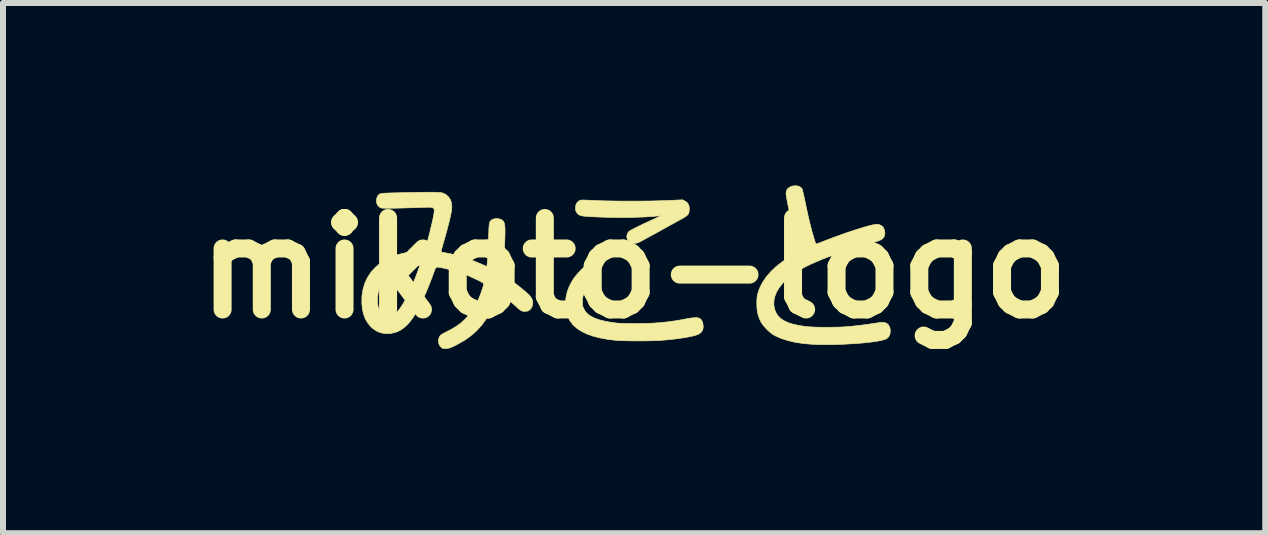
<source format=kicad_pcb>
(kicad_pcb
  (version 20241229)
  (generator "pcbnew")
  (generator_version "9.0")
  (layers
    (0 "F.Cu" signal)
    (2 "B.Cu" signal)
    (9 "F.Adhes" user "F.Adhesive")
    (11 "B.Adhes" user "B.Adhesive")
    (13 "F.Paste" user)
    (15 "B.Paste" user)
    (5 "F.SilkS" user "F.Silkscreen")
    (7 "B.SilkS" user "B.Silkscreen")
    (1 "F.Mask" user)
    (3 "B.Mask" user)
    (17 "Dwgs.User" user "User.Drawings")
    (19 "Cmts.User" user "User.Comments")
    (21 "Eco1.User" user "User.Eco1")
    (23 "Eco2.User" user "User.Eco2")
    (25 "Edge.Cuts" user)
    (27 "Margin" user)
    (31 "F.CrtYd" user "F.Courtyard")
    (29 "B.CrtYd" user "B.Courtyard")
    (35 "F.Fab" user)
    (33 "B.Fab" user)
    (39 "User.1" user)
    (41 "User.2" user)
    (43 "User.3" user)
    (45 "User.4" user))
  (footprint "mikoto-logo"
    (layer "F.Cu")
    (at 7.518 1.418)
    (property "Reference" "mikoto-logo" (at 0 0 0) (layer "F.SilkS") (effects (font (size 1.524 1.524) (thickness 0.3))))
    (attr through_hole)
    (fp_poly (pts (xy 0.847 -1.118) (xy 0.882 -1.095) (xy 0.905 -1.063) (xy 0.918 -1.023) (xy 0.92 -0.984) (xy 0.918 -0.946) (xy 0.911 -0.915) (xy 0.895 -0.89) (xy 0.869 -0.866) (xy 0.832 -0.842) (xy 0.81 -0.829) (xy 0.786 -0.816) (xy 0.751 -0.797) (xy 0.706 -0.772) (xy 0.652 -0.742) (xy 0.592 -0.71) (xy 0.528 -0.674) (xy 0.462 -0.638) (xy 0.433 -0.621) (xy 0.368 -0.585) (xy 0.305 -0.551) (xy 0.248 -0.52) (xy 0.197 -0.492) (xy 0.154 -0.468) (xy 0.12 -0.45) (xy 0.098 -0.438) (xy 0.091 -0.434) (xy 0.046 -0.417) (xy 0.002 -0.409) (xy -0.037 -0.411) (xy -0.044 -0.413) (xy -0.078 -0.431) (xy -0.103 -0.459) (xy -0.117 -0.493) (xy -0.122 -0.531) (xy -0.114 -0.568) (xy -0.095 -0.602) (xy -0.089 -0.607) (xy -0.074 -0.619) (xy -0.046 -0.635) (xy -0.006 -0.657) (xy 0.044 -0.682) (xy 0.103 -0.711) (xy 0.169 -0.743) (xy 0.241 -0.776) (xy 0.317 -0.811) (xy 0.331 -0.817) (xy 0.37 -0.835) (xy 0.402 -0.85) (xy 0.426 -0.862) (xy 0.44 -0.869) (xy 0.442 -0.87) (xy 0.433 -0.871) (xy 0.413 -0.87) (xy 0.383 -0.868) (xy 0.357 -0.865) (xy 0.176 -0.852) (xy -0.019 -0.845) (xy -0.227 -0.842) (xy -0.449 -0.846) (xy -0.556 -0.85) (xy -0.641 -0.853) (xy -0.712 -0.856) (xy -0.77 -0.86) (xy -0.817 -0.864) (xy -0.854 -0.868) (xy -0.883 -0.874) (xy -0.906 -0.882) (xy -0.923 -0.891) (xy -0.937 -0.902) (xy -0.949 -0.915) (xy -0.958 -0.929) (xy -0.97 -0.95) (xy -0.975 -0.975) (xy -0.976 -1.004) (xy -0.971 -1.05) (xy -0.954 -1.087) (xy -0.925 -1.115) (xy -0.914 -1.122) (xy -0.906 -1.127) (xy -0.897 -1.13) (xy -0.886 -1.132) (xy -0.871 -1.134) (xy -0.85 -1.134) (xy -0.821 -1.134) (xy -0.782 -1.132) (xy -0.731 -1.13) (xy -0.666 -1.127) (xy -0.656 -1.126) (xy -0.565 -1.123) (xy -0.461 -1.12) (xy -0.346 -1.118) (xy -0.225 -1.116) (xy -0.099 -1.116) (xy 0.029 -1.116) (xy 0.155 -1.117) (xy 0.277 -1.118) (xy 0.392 -1.121) (xy 0.498 -1.124) (xy 0.557 -1.126) (xy 0.808 -1.138) (xy 0.847 -1.118)) (stroke (width 0.01) (type solid)) (fill yes) (layer "F.SilkS"))
    (fp_poly (pts (xy -0.695 -0.045) (xy -0.668 -0.037) (xy -0.638 -0.014) (xy -0.614 0.016) (xy -0.6 0.048) (xy -0.599 0.051) (xy -0.597 0.076) (xy -0.602 0.1) (xy -0.614 0.127) (xy -0.636 0.157) (xy -0.668 0.195) (xy -0.69 0.219) (xy -0.736 0.27) (xy -0.773 0.317) (xy -0.802 0.361) (xy -0.827 0.408) (xy -0.84 0.438) (xy -0.851 0.467) (xy -0.857 0.494) (xy -0.86 0.526) (xy -0.861 0.56) (xy -0.861 0.596) (xy -0.858 0.622) (xy -0.853 0.644) (xy -0.843 0.668) (xy -0.833 0.687) (xy -0.805 0.732) (xy -0.766 0.771) (xy -0.717 0.805) (xy -0.656 0.835) (xy -0.582 0.861) (xy -0.495 0.883) (xy -0.394 0.902) (xy -0.341 0.91) (xy -0.307 0.914) (xy -0.271 0.918) (xy -0.231 0.92) (xy -0.184 0.922) (xy -0.127 0.923) (xy -0.06 0.924) (xy 0.02 0.924) (xy 0.17 0.923) (xy 0.309 0.918) (xy 0.439 0.909) (xy 0.566 0.895) (xy 0.693 0.878) (xy 0.823 0.855) (xy 0.857 0.848) (xy 0.928 0.835) (xy 0.987 0.828) (xy 1.033 0.826) (xy 1.069 0.83) (xy 1.097 0.84) (xy 1.117 0.858) (xy 1.133 0.883) (xy 1.144 0.916) (xy 1.146 0.923) (xy 1.153 0.976) (xy 1.146 1.022) (xy 1.126 1.061) (xy 1.092 1.091) (xy 1.063 1.106) (xy 1.022 1.121) (xy 0.966 1.135) (xy 0.899 1.149) (xy 0.822 1.162) (xy 0.737 1.175) (xy 0.646 1.186) (xy 0.551 1.196) (xy 0.454 1.204) (xy 0.425 1.206) (xy 0.379 1.208) (xy 0.322 1.21) (xy 0.257 1.212) (xy 0.185 1.213) (xy 0.109 1.213) (xy 0.032 1.213) (xy -0.043 1.213) (xy -0.114 1.212) (xy -0.177 1.21) (xy -0.232 1.209) (xy -0.274 1.207) (xy -0.286 1.206) (xy -0.433 1.189) (xy -0.565 1.165) (xy -0.683 1.135) (xy -0.788 1.098) (xy -0.878 1.054) (xy -0.955 1.003) (xy -1.019 0.945) (xy -1.069 0.879) (xy -1.106 0.806) (xy -1.13 0.726) (xy -1.142 0.637) (xy -1.143 0.598) (xy -1.136 0.493) (xy -1.114 0.393) (xy -1.077 0.297) (xy -1.025 0.202) (xy -1.019 0.192) (xy -0.994 0.156) (xy -0.962 0.117) (xy -0.927 0.077) (xy -0.892 0.039) (xy -0.858 0.006) (xy -0.828 -0.019) (xy -0.807 -0.033) (xy -0.773 -0.044) (xy -0.733 -0.049) (xy -0.695 -0.045)) (stroke (width 0.01) (type solid)) (fill yes) (layer "F.SilkS"))
    (fp_poly (pts (xy 2.735 -1.367) (xy 2.772 -1.35) (xy 2.798 -1.323) (xy 2.803 -1.31) (xy 2.81 -1.284) (xy 2.819 -1.247) (xy 2.83 -1.201) (xy 2.842 -1.148) (xy 2.853 -1.091) (xy 2.854 -1.087) (xy 2.877 -0.979) (xy 2.9 -0.873) (xy 2.924 -0.77) (xy 2.948 -0.675) (xy 2.971 -0.588) (xy 2.993 -0.513) (xy 3.001 -0.488) (xy 3.011 -0.455) (xy 3.021 -0.427) (xy 3.027 -0.409) (xy 3.029 -0.403) (xy 3.038 -0.403) (xy 3.056 -0.408) (xy 3.074 -0.414) (xy 3.168 -0.451) (xy 3.265 -0.488) (xy 3.362 -0.524) (xy 3.458 -0.559) (xy 3.552 -0.592) (xy 3.643 -0.622) (xy 3.728 -0.65) (xy 3.807 -0.674) (xy 3.878 -0.695) (xy 3.94 -0.711) (xy 3.991 -0.723) (xy 4.029 -0.729) (xy 4.046 -0.73) (xy 4.089 -0.724) (xy 4.126 -0.705) (xy 4.154 -0.676) (xy 4.159 -0.667) (xy 4.177 -0.618) (xy 4.18 -0.571) (xy 4.169 -0.529) (xy 4.15 -0.498) (xy 4.122 -0.475) (xy 4.084 -0.457) (xy 4.06 -0.449) (xy 4.039 -0.443) (xy 4.006 -0.434) (xy 3.965 -0.423) (xy 3.919 -0.41) (xy 3.886 -0.401) (xy 3.763 -0.365) (xy 3.636 -0.326) (xy 3.509 -0.284) (xy 3.384 -0.241) (xy 3.263 -0.196) (xy 3.148 -0.152) (xy 3.041 -0.107) (xy 2.944 -0.065) (xy 2.86 -0.024) (xy 2.836 -0.012) (xy 2.726 0.051) (xy 2.629 0.117) (xy 2.545 0.186) (xy 2.474 0.256) (xy 2.417 0.328) (xy 2.374 0.401) (xy 2.345 0.475) (xy 2.33 0.549) (xy 2.33 0.622) (xy 2.345 0.693) (xy 2.366 0.744) (xy 2.397 0.793) (xy 2.44 0.837) (xy 2.495 0.875) (xy 2.563 0.907) (xy 2.644 0.933) (xy 2.739 0.955) (xy 2.849 0.972) (xy 2.893 0.977) (xy 2.937 0.98) (xy 2.993 0.983) (xy 3.06 0.985) (xy 3.133 0.986) (xy 3.21 0.986) (xy 3.288 0.986) (xy 3.364 0.985) (xy 3.434 0.983) (xy 3.497 0.98) (xy 3.54 0.977) (xy 3.649 0.967) (xy 3.765 0.954) (xy 3.881 0.939) (xy 3.99 0.923) (xy 4.022 0.918) (xy 4.081 0.909) (xy 4.127 0.904) (xy 4.158 0.904) (xy 4.166 0.905) (xy 4.208 0.919) (xy 4.239 0.946) (xy 4.26 0.984) (xy 4.27 1.033) (xy 4.27 1.053) (xy 4.264 1.102) (xy 4.245 1.142) (xy 4.214 1.172) (xy 4.197 1.182) (xy 4.163 1.194) (xy 4.114 1.207) (xy 4.054 1.218) (xy 3.982 1.229) (xy 3.901 1.239) (xy 3.812 1.248) (xy 3.717 1.256) (xy 3.617 1.262) (xy 3.515 1.268) (xy 3.411 1.272) (xy 3.308 1.275) (xy 3.207 1.276) (xy 3.109 1.275) (xy 3.017 1.272) (xy 2.965 1.27) (xy 2.817 1.257) (xy 2.682 1.236) (xy 2.558 1.207) (xy 2.447 1.171) (xy 2.349 1.127) (xy 2.319 1.11) (xy 2.295 1.093) (xy 2.264 1.069) (xy 2.231 1.039) (xy 2.207 1.016) (xy 2.154 0.957) (xy 2.113 0.897) (xy 2.083 0.83) (xy 2.063 0.766) (xy 2.053 0.717) (xy 2.047 0.658) (xy 2.045 0.594) (xy 2.046 0.532) (xy 2.051 0.475) (xy 2.058 0.434) (xy 2.09 0.339) (xy 2.137 0.245) (xy 2.198 0.153) (xy 2.274 0.064) (xy 2.363 -0.022) (xy 2.466 -0.103) (xy 2.58 -0.181) (xy 2.687 -0.242) (xy 2.717 -0.258) (xy 2.741 -0.271) (xy 2.756 -0.279) (xy 2.76 -0.281) (xy 2.758 -0.289) (xy 2.753 -0.308) (xy 2.744 -0.337) (xy 2.734 -0.372) (xy 2.714 -0.438) (xy 2.694 -0.511) (xy 2.673 -0.589) (xy 2.653 -0.67) (xy 2.632 -0.753) (xy 2.612 -0.836) (xy 2.594 -0.916) (xy 2.577 -0.993) (xy 2.562 -1.063) (xy 2.55 -1.126) (xy 2.541 -1.179) (xy 2.534 -1.22) (xy 2.532 -1.249) (xy 2.532 -1.25) (xy 2.539 -1.29) (xy 2.56 -1.323) (xy 2.592 -1.349) (xy 2.634 -1.366) (xy 2.683 -1.373) (xy 2.687 -1.373) (xy 2.735 -1.367)) (stroke (width 0.01) (type solid)) (fill yes) (layer "F.SilkS"))
    (fp_poly (pts (xy -3.341 -1.264) (xy -3.299 -1.263) (xy -3.264 -1.261) (xy -3.235 -1.259) (xy -3.212 -1.256) (xy -3.193 -1.252) (xy -3.178 -1.247) (xy -3.164 -1.241) (xy -3.152 -1.234) (xy -3.14 -1.227) (xy -3.13 -1.22) (xy -3.089 -1.183) (xy -3.06 -1.138) (xy -3.043 -1.084) (xy -3.038 -1.02) (xy -3.041 -0.968) (xy -3.048 -0.929) (xy -3.058 -0.876) (xy -3.073 -0.811) (xy -3.092 -0.735) (xy -3.114 -0.65) (xy -3.139 -0.557) (xy -3.163 -0.472) (xy -3.178 -0.421) (xy -3.191 -0.375) (xy -3.202 -0.335) (xy -3.21 -0.305) (xy -3.215 -0.286) (xy -3.216 -0.282) (xy -3.215 -0.273) (xy -3.207 -0.267) (xy -3.188 -0.262) (xy -3.175 -0.26) (xy -3.058 -0.238) (xy -2.933 -0.206) (xy -2.802 -0.166) (xy -2.669 -0.118) (xy -2.539 -0.064) (xy -2.454 -0.026) (xy -2.449 -0.071) (xy -2.443 -0.136) (xy -2.437 -0.216) (xy -2.432 -0.309) (xy -2.428 -0.413) (xy -2.424 -0.526) (xy -2.424 -0.531) (xy -2.422 -0.6) (xy -2.42 -0.654) (xy -2.417 -0.697) (xy -2.414 -0.729) (xy -2.409 -0.753) (xy -2.403 -0.771) (xy -2.394 -0.784) (xy -2.383 -0.795) (xy -2.372 -0.804) (xy -2.343 -0.818) (xy -2.306 -0.824) (xy -2.265 -0.823) (xy -2.228 -0.815) (xy -2.227 -0.814) (xy -2.198 -0.799) (xy -2.177 -0.779) (xy -2.164 -0.751) (xy -2.156 -0.712) (xy -2.152 -0.666) (xy -2.151 -0.615) (xy -2.152 -0.552) (xy -2.154 -0.48) (xy -2.157 -0.4) (xy -2.161 -0.317) (xy -2.166 -0.233) (xy -2.172 -0.152) (xy -2.178 -0.075) (xy -2.184 -0.007) (xy -2.191 0.05) (xy -2.195 0.08) (xy -2.2 0.108) (xy -2.129 0.154) (xy -2.055 0.202) (xy -1.977 0.259) (xy -1.898 0.32) (xy -1.825 0.381) (xy -1.802 0.4) (xy -1.759 0.44) (xy -1.728 0.474) (xy -1.707 0.504) (xy -1.695 0.534) (xy -1.689 0.565) (xy -1.688 0.582) (xy -1.694 0.626) (xy -1.711 0.664) (xy -1.738 0.694) (xy -1.756 0.709) (xy -1.777 0.717) (xy -1.806 0.72) (xy -1.808 0.721) (xy -1.836 0.721) (xy -1.859 0.718) (xy -1.882 0.709) (xy -1.907 0.693) (xy -1.937 0.668) (xy -1.974 0.634) (xy -2.015 0.597) (xy -2.057 0.56) (xy -2.101 0.524) (xy -2.143 0.49) (xy -2.181 0.461) (xy -2.215 0.437) (xy -2.242 0.42) (xy -2.261 0.41) (xy -2.269 0.41) (xy -2.275 0.421) (xy -2.282 0.442) (xy -2.29 0.468) (xy -2.334 0.597) (xy -2.391 0.724) (xy -2.46 0.842) (xy -2.465 0.849) (xy -2.541 0.953) (xy -2.626 1.046) (xy -2.722 1.13) (xy -2.829 1.206) (xy -2.95 1.274) (xy -2.977 1.288) (xy -3.018 1.308) (xy -3.05 1.322) (xy -3.075 1.331) (xy -3.097 1.336) (xy -3.12 1.339) (xy -3.132 1.34) (xy -3.162 1.341) (xy -3.182 1.339) (xy -3.196 1.334) (xy -3.211 1.323) (xy -3.214 1.321) (xy -3.243 1.287) (xy -3.259 1.246) (xy -3.262 1.202) (xy -3.25 1.159) (xy -3.247 1.152) (xy -3.24 1.138) (xy -3.232 1.127) (xy -3.223 1.117) (xy -3.209 1.107) (xy -3.189 1.094) (xy -3.159 1.079) (xy -3.119 1.058) (xy -3.102 1.05) (xy -3.031 1.012) (xy -2.97 0.975) (xy -2.917 0.938) (xy -2.867 0.898) (xy -2.827 0.862) (xy -2.749 0.778) (xy -2.68 0.682) (xy -2.618 0.573) (xy -2.615 0.568) (xy -2.597 0.527) (xy -2.577 0.48) (xy -2.558 0.432) (xy -2.541 0.383) (xy -2.526 0.339) (xy -2.515 0.301) (xy -2.509 0.272) (xy -2.508 0.262) (xy -2.512 0.254) (xy -2.526 0.243) (xy -2.55 0.228) (xy -2.587 0.209) (xy -2.613 0.196) (xy -2.771 0.124) (xy -2.926 0.067) (xy -3.08 0.023) (xy -3.162 0.004) (xy -3.21 -0.006) (xy -3.246 -0.013) (xy -3.272 -0.016) (xy -3.291 -0.013) (xy -3.305 -0.002) (xy -3.316 0.017) (xy -3.328 0.047) (xy -3.343 0.089) (xy -3.354 0.119) (xy -3.411 0.269) (xy -3.468 0.407) (xy -3.524 0.533) (xy -3.58 0.645) (xy -3.634 0.744) (xy -3.687 0.828) (xy -3.739 0.898) (xy -3.78 0.944) (xy -3.843 1) (xy -3.907 1.042) (xy -3.975 1.071) (xy -4.05 1.088) (xy -4.082 1.092) (xy -4.159 1.091) (xy -4.232 1.076) (xy -4.3 1.045) (xy -4.364 0.999) (xy -4.389 0.976) (xy -4.441 0.913) (xy -4.482 0.841) (xy -4.512 0.759) (xy -4.53 0.666) (xy -4.538 0.583) (xy -4.537 0.556) (xy -4.277 0.556) (xy -4.271 0.615) (xy -4.267 0.639) (xy -4.247 0.699) (xy -4.22 0.746) (xy -4.187 0.781) (xy -4.148 0.802) (xy -4.104 0.809) (xy -4.057 0.802) (xy -4.026 0.789) (xy -3.987 0.764) (xy -3.948 0.728) (xy -3.907 0.68) (xy -3.866 0.619) (xy -3.822 0.545) (xy -3.776 0.456) (xy -3.728 0.353) (xy -3.718 0.332) (xy -3.682 0.25) (xy -3.651 0.174) (xy -3.621 0.096) (xy -3.603 0.045) (xy -3.572 -0.042) (xy -3.643 -0.036) (xy -3.738 -0.024) (xy -3.832 -0.002) (xy -3.92 0.027) (xy -3.999 0.063) (xy -4.052 0.095) (xy -4.116 0.148) (xy -4.172 0.212) (xy -4.218 0.284) (xy -4.251 0.36) (xy -4.255 0.369) (xy -4.268 0.427) (xy -4.275 0.491) (xy -4.277 0.556) (xy -4.537 0.556) (xy -4.536 0.468) (xy -4.519 0.358) (xy -4.489 0.256) (xy -4.445 0.16) (xy -4.388 0.073) (xy -4.319 -0.006) (xy -4.238 -0.076) (xy -4.144 -0.137) (xy -4.04 -0.188) (xy -3.925 -0.228) (xy -3.822 -0.253) (xy -3.755 -0.265) (xy -3.686 -0.275) (xy -3.619 -0.282) (xy -3.56 -0.285) (xy -3.538 -0.286) (xy -3.488 -0.286) (xy -3.474 -0.335) (xy -3.448 -0.43) (xy -3.424 -0.521) (xy -3.402 -0.608) (xy -3.383 -0.688) (xy -3.365 -0.762) (xy -3.351 -0.827) (xy -3.341 -0.882) (xy -3.333 -0.926) (xy -3.33 -0.957) (xy -3.331 -0.973) (xy -3.341 -0.993) (xy -3.355 -1.006) (xy -3.361 -1.009) (xy -3.371 -1.012) (xy -3.384 -1.013) (xy -3.404 -1.014) (xy -3.432 -1.014) (xy -3.469 -1.014) (xy -3.518 -1.012) (xy -3.58 -1.01) (xy -3.622 -1.009) (xy -3.694 -1.006) (xy -3.77 -1.004) (xy -3.848 -1.001) (xy -3.921 -1) (xy -3.987 -0.998) (xy -4.04 -0.998) (xy -4.097 -0.997) (xy -4.139 -0.997) (xy -4.171 -0.998) (xy -4.194 -0.999) (xy -4.21 -1.001) (xy -4.222 -1.005) (xy -4.232 -1.01) (xy -4.242 -1.015) (xy -4.27 -1.042) (xy -4.288 -1.077) (xy -4.295 -1.118) (xy -4.29 -1.161) (xy -4.278 -1.191) (xy -4.27 -1.205) (xy -4.262 -1.217) (xy -4.252 -1.227) (xy -4.239 -1.235) (xy -4.22 -1.24) (xy -4.195 -1.245) (xy -4.161 -1.248) (xy -4.118 -1.25) (xy -4.063 -1.252) (xy -3.995 -1.254) (xy -3.937 -1.255) (xy -3.813 -1.258) (xy -3.703 -1.26) (xy -3.607 -1.262) (xy -3.524 -1.263) (xy -3.453 -1.264) (xy -3.392 -1.264) (xy -3.341 -1.264)) (stroke (width 0.01) (type solid)) (fill yes) (layer "F.SilkS")))
  (gr_rect
    (start -3 -3)
    (end 18.037 5.836)
    (stroke (width 0.1) (type default))
    (fill no)
    (layer "Edge.Cuts")))
</source>
